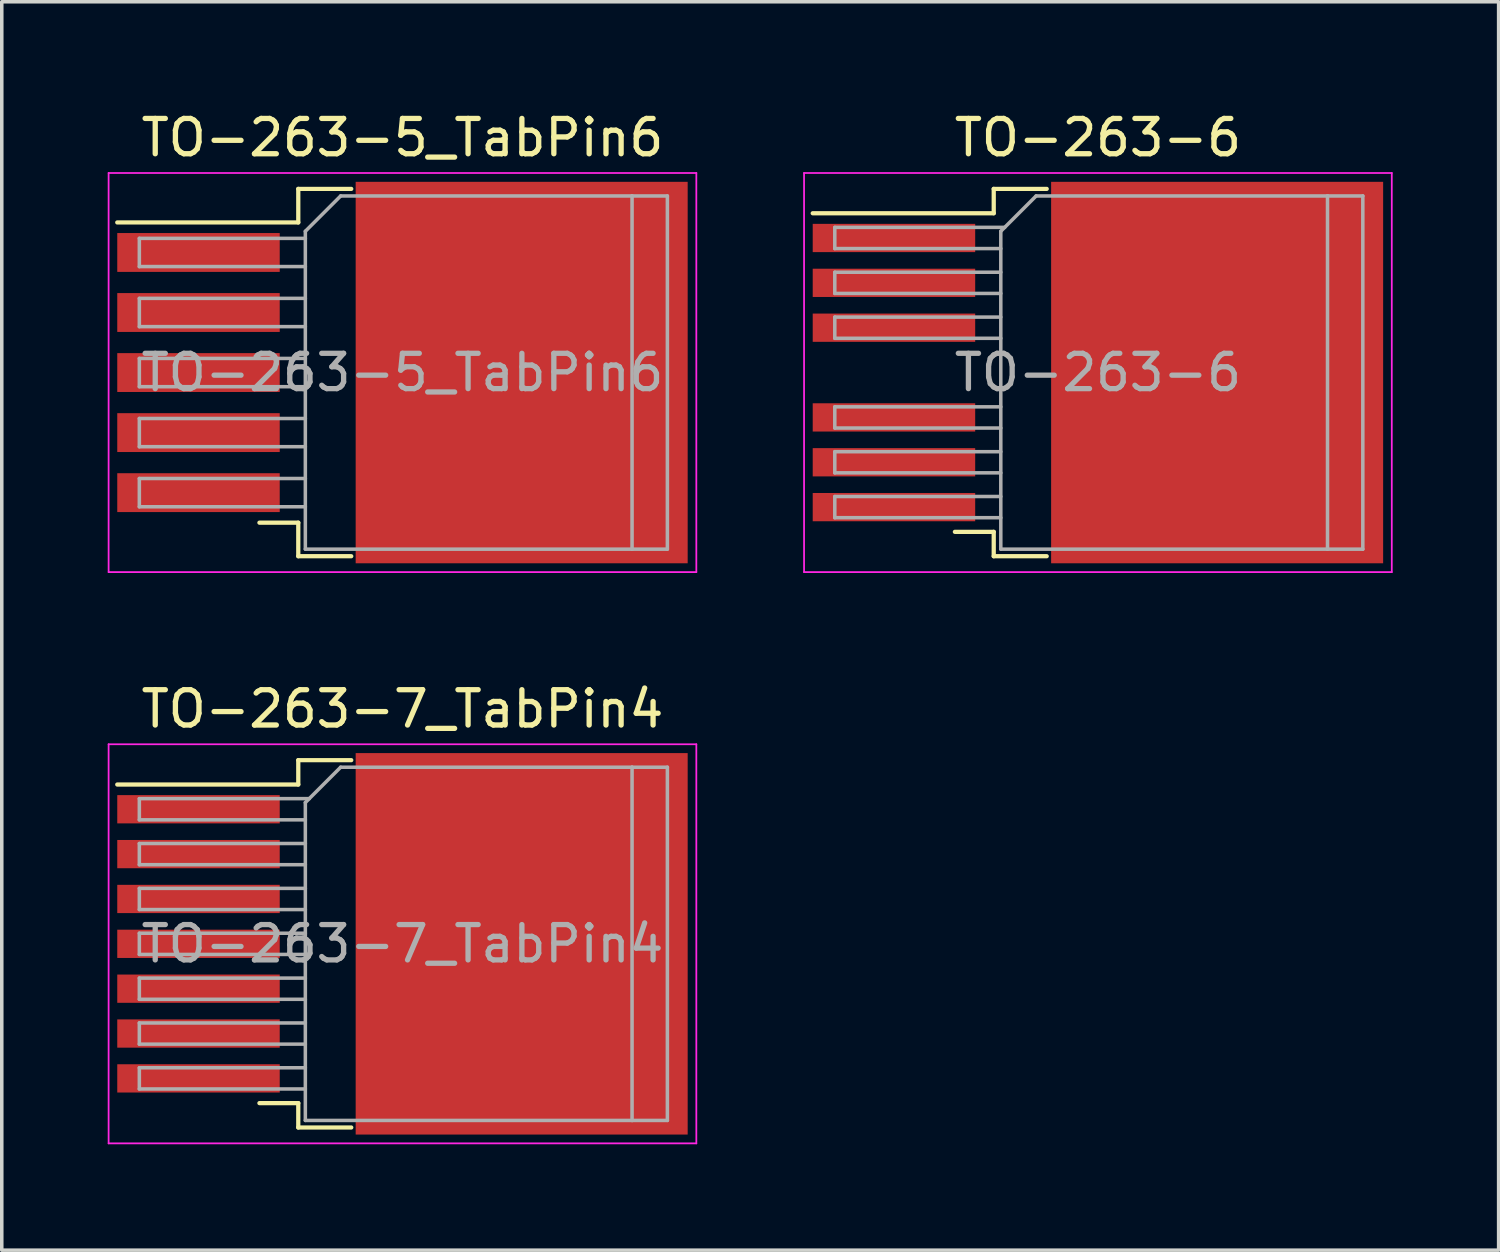
<source format=kicad_pcb>
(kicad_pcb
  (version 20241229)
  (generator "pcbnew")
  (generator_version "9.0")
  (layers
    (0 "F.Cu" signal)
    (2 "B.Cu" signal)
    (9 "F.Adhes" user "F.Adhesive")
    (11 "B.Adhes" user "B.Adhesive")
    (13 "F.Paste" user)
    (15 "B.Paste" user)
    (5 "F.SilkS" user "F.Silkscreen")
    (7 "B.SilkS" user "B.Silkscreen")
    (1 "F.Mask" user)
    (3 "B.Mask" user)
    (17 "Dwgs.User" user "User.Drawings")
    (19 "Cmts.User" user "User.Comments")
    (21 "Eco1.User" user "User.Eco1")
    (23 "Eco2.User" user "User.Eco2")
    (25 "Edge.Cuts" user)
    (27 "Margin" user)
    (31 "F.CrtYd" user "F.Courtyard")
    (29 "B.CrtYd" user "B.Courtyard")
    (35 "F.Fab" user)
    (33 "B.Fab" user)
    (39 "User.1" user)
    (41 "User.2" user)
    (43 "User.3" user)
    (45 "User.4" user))
  (footprint "TO-263-6"
    (layer "F.Cu")
    (at 28.035 7.498)
    (property "Reference" "TO-263-6" (at 0 -6.65 0) (layer "F.SilkS") (effects (font (size 1 1) (thickness 0.15))))
    (attr smd)
    (fp_line (start -2.95 -5.2) (end -2.95 -4.51) (stroke (width 0.12) (type solid)) (layer "F.SilkS"))
    (fp_line (start -2.95 -4.51) (end -8.075 -4.51) (stroke (width 0.12) (type solid)) (layer "F.SilkS"))
    (fp_line (start -2.95 4.51) (end -4.05 4.51) (stroke (width 0.12) (type solid)) (layer "F.SilkS"))
    (fp_line (start -2.95 5.2) (end -2.95 4.51) (stroke (width 0.12) (type solid)) (layer "F.SilkS"))
    (fp_line (start -1.45 -5.2) (end -2.95 -5.2) (stroke (width 0.12) (type solid)) (layer "F.SilkS"))
    (fp_line (start -1.45 5.2) (end -2.95 5.2) (stroke (width 0.12) (type solid)) (layer "F.SilkS"))
    (fp_line (start -8.32 -5.65) (end -8.32 5.65) (stroke (width 0.05) (type solid)) (layer "F.CrtYd"))
    (fp_line (start -8.32 5.65) (end 8.32 5.65) (stroke (width 0.05) (type solid)) (layer "F.CrtYd"))
    (fp_line (start 8.32 -5.65) (end -8.32 -5.65) (stroke (width 0.05) (type solid)) (layer "F.CrtYd"))
    (fp_line (start 8.32 5.65) (end 8.32 -5.65) (stroke (width 0.05) (type solid)) (layer "F.CrtYd"))
    (fp_line (start -7.45 -4.11) (end -7.45 -3.51) (stroke (width 0.1) (type solid)) (layer "F.Fab"))
    (fp_line (start -7.45 -3.51) (end -2.75 -3.51) (stroke (width 0.1) (type solid)) (layer "F.Fab"))
    (fp_line (start -7.45 -2.84) (end -7.45 -2.24) (stroke (width 0.1) (type solid)) (layer "F.Fab"))
    (fp_line (start -7.45 -2.24) (end -2.75 -2.24) (stroke (width 0.1) (type solid)) (layer "F.Fab"))
    (fp_line (start -7.45 -1.57) (end -7.45 -0.97) (stroke (width 0.1) (type solid)) (layer "F.Fab"))
    (fp_line (start -7.45 -0.97) (end -2.75 -0.97) (stroke (width 0.1) (type solid)) (layer "F.Fab"))
    (fp_line (start -7.45 0.97) (end -7.45 1.57) (stroke (width 0.1) (type solid)) (layer "F.Fab"))
    (fp_line (start -7.45 1.57) (end -2.75 1.57) (stroke (width 0.1) (type solid)) (layer "F.Fab"))
    (fp_line (start -7.45 2.24) (end -7.45 2.84) (stroke (width 0.1) (type solid)) (layer "F.Fab"))
    (fp_line (start -7.45 2.84) (end -2.75 2.84) (stroke (width 0.1) (type solid)) (layer "F.Fab"))
    (fp_line (start -7.45 3.51) (end -7.45 4.11) (stroke (width 0.1) (type solid)) (layer "F.Fab"))
    (fp_line (start -7.45 4.11) (end -2.75 4.11) (stroke (width 0.1) (type solid)) (layer "F.Fab"))
    (fp_line (start -2.75 -4) (end -1.75 -5) (stroke (width 0.1) (type solid)) (layer "F.Fab"))
    (fp_line (start -2.75 -2.84) (end -7.45 -2.84) (stroke (width 0.1) (type solid)) (layer "F.Fab"))
    (fp_line (start -2.75 -1.57) (end -7.45 -1.57) (stroke (width 0.1) (type solid)) (layer "F.Fab"))
    (fp_line (start -2.75 0.97) (end -7.45 0.97) (stroke (width 0.1) (type solid)) (layer "F.Fab"))
    (fp_line (start -2.75 2.24) (end -7.45 2.24) (stroke (width 0.1) (type solid)) (layer "F.Fab"))
    (fp_line (start -2.75 3.51) (end -7.45 3.51) (stroke (width 0.1) (type solid)) (layer "F.Fab"))
    (fp_line (start -2.75 5) (end -2.75 -4) (stroke (width 0.1) (type solid)) (layer "F.Fab"))
    (fp_line (start -2.64 -4.11) (end -7.45 -4.11) (stroke (width 0.1) (type solid)) (layer "F.Fab"))
    (fp_line (start -1.75 -5) (end 6.5 -5) (stroke (width 0.1) (type solid)) (layer "F.Fab"))
    (fp_line (start 6.5 -5) (end 6.5 5) (stroke (width 0.1) (type solid)) (layer "F.Fab"))
    (fp_line (start 6.5 -5) (end 7.5 -5) (stroke (width 0.1) (type solid)) (layer "F.Fab"))
    (fp_line (start 6.5 5) (end -2.75 5) (stroke (width 0.1) (type solid)) (layer "F.Fab"))
    (fp_line (start 7.5 -5) (end 7.5 5) (stroke (width 0.1) (type solid)) (layer "F.Fab"))
    (fp_line (start 7.5 5) (end 6.5 5) (stroke (width 0.1) (type solid)) (layer "F.Fab"))
    (fp_text user "${REFERENCE}" (at 0 0 0) (layer "F.Fab") (effects (font (size 1 1) (thickness 0.15))))
    (pad "" smd rect (at 0.95 -2.775) (size 4.55 5.25) (layers "F.Paste"))
    (pad "" smd rect (at 0.95 2.775) (size 4.55 5.25) (layers "F.Paste"))
    (pad "" smd rect (at 5.8 -2.775) (size 4.55 5.25) (layers "F.Paste"))
    (pad "" smd rect (at 5.8 2.775) (size 4.55 5.25) (layers "F.Paste"))
    (pad "1" smd rect (at -5.775 -3.81) (size 4.6 0.8) (layers "F.Cu" "F.Mask" "F.Paste"))
    (pad "2" smd rect (at -5.775 -2.54) (size 4.6 0.8) (layers "F.Cu" "F.Mask" "F.Paste"))
    (pad "3" smd rect (at -5.775 -1.27) (size 4.6 0.8) (layers "F.Cu" "F.Mask" "F.Paste"))
    (pad "4" smd rect (at 3.375 0) (size 9.4 10.8) (layers "F.Cu" "F.Mask"))
    (pad "5" smd rect (at -5.775 1.27) (size 4.6 0.8) (layers "F.Cu" "F.Mask" "F.Paste"))
    (pad "6" smd rect (at -5.775 2.54) (size 4.6 0.8) (layers "F.Cu" "F.Mask" "F.Paste"))
    (pad "7" smd rect (at -5.775 3.81) (size 4.6 0.8) (layers "F.Cu" "F.Mask" "F.Paste")))
  (footprint "TO-263-5_TabPin6"
    (layer "F.Cu")
    (at 8.345 7.498)
    (property "Reference" "TO-263-5_TabPin6" (at 0 -6.65 0) (layer "F.SilkS") (effects (font (size 1 1) (thickness 0.15))))
    (attr smd)
    (fp_line (start -2.95 -5.2) (end -2.95 -4.25) (stroke (width 0.12) (type solid)) (layer "F.SilkS"))
    (fp_line (start -2.95 -4.25) (end -8.075 -4.25) (stroke (width 0.12) (type solid)) (layer "F.SilkS"))
    (fp_line (start -2.95 4.25) (end -4.05 4.25) (stroke (width 0.12) (type solid)) (layer "F.SilkS"))
    (fp_line (start -2.95 5.2) (end -2.95 4.25) (stroke (width 0.12) (type solid)) (layer "F.SilkS"))
    (fp_line (start -1.45 -5.2) (end -2.95 -5.2) (stroke (width 0.12) (type solid)) (layer "F.SilkS"))
    (fp_line (start -1.45 5.2) (end -2.95 5.2) (stroke (width 0.12) (type solid)) (layer "F.SilkS"))
    (fp_line (start -8.32 -5.65) (end -8.32 5.65) (stroke (width 0.05) (type solid)) (layer "F.CrtYd"))
    (fp_line (start -8.32 5.65) (end 8.32 5.65) (stroke (width 0.05) (type solid)) (layer "F.CrtYd"))
    (fp_line (start 8.32 -5.65) (end -8.32 -5.65) (stroke (width 0.05) (type solid)) (layer "F.CrtYd"))
    (fp_line (start 8.32 5.65) (end 8.32 -5.65) (stroke (width 0.05) (type solid)) (layer "F.CrtYd"))
    (fp_line (start -7.45 -3.8) (end -7.45 -3) (stroke (width 0.1) (type solid)) (layer "F.Fab"))
    (fp_line (start -7.45 -3) (end -2.75 -3) (stroke (width 0.1) (type solid)) (layer "F.Fab"))
    (fp_line (start -7.45 -2.1) (end -7.45 -1.3) (stroke (width 0.1) (type solid)) (layer "F.Fab"))
    (fp_line (start -7.45 -1.3) (end -2.75 -1.3) (stroke (width 0.1) (type solid)) (layer "F.Fab"))
    (fp_line (start -7.45 -0.4) (end -7.45 0.4) (stroke (width 0.1) (type solid)) (layer "F.Fab"))
    (fp_line (start -7.45 0.4) (end -2.75 0.4) (stroke (width 0.1) (type solid)) (layer "F.Fab"))
    (fp_line (start -7.45 1.3) (end -7.45 2.1) (stroke (width 0.1) (type solid)) (layer "F.Fab"))
    (fp_line (start -7.45 2.1) (end -2.75 2.1) (stroke (width 0.1) (type solid)) (layer "F.Fab"))
    (fp_line (start -7.45 3) (end -7.45 3.8) (stroke (width 0.1) (type solid)) (layer "F.Fab"))
    (fp_line (start -7.45 3.8) (end -2.75 3.8) (stroke (width 0.1) (type solid)) (layer "F.Fab"))
    (fp_line (start -2.75 -4) (end -1.75 -5) (stroke (width 0.1) (type solid)) (layer "F.Fab"))
    (fp_line (start -2.75 -3.8) (end -7.45 -3.8) (stroke (width 0.1) (type solid)) (layer "F.Fab"))
    (fp_line (start -2.75 -2.1) (end -7.45 -2.1) (stroke (width 0.1) (type solid)) (layer "F.Fab"))
    (fp_line (start -2.75 -0.4) (end -7.45 -0.4) (stroke (width 0.1) (type solid)) (layer "F.Fab"))
    (fp_line (start -2.75 1.3) (end -7.45 1.3) (stroke (width 0.1) (type solid)) (layer "F.Fab"))
    (fp_line (start -2.75 3) (end -7.45 3) (stroke (width 0.1) (type solid)) (layer "F.Fab"))
    (fp_line (start -2.75 5) (end -2.75 -4) (stroke (width 0.1) (type solid)) (layer "F.Fab"))
    (fp_line (start -1.75 -5) (end 6.5 -5) (stroke (width 0.1) (type solid)) (layer "F.Fab"))
    (fp_line (start 6.5 -5) (end 6.5 5) (stroke (width 0.1) (type solid)) (layer "F.Fab"))
    (fp_line (start 6.5 -5) (end 7.5 -5) (stroke (width 0.1) (type solid)) (layer "F.Fab"))
    (fp_line (start 6.5 5) (end -2.75 5) (stroke (width 0.1) (type solid)) (layer "F.Fab"))
    (fp_line (start 7.5 -5) (end 7.5 5) (stroke (width 0.1) (type solid)) (layer "F.Fab"))
    (fp_line (start 7.5 5) (end 6.5 5) (stroke (width 0.1) (type solid)) (layer "F.Fab"))
    (fp_text user "${REFERENCE}" (at 0 0 0) (layer "F.Fab") (effects (font (size 1 1) (thickness 0.15))))
    (pad "" smd rect (at 0.95 -2.775) (size 4.55 5.25) (layers "F.Paste"))
    (pad "" smd rect (at 0.95 2.775) (size 4.55 5.25) (layers "F.Paste"))
    (pad "" smd rect (at 5.8 -2.775) (size 4.55 5.25) (layers "F.Paste"))
    (pad "" smd rect (at 5.8 2.775) (size 4.55 5.25) (layers "F.Paste"))
    (pad "1" smd rect (at -5.775 -3.4) (size 4.6 1.1) (layers "F.Cu" "F.Mask" "F.Paste"))
    (pad "2" smd rect (at -5.775 -1.7) (size 4.6 1.1) (layers "F.Cu" "F.Mask" "F.Paste"))
    (pad "3" smd rect (at -5.775 0) (size 4.6 1.1) (layers "F.Cu" "F.Mask" "F.Paste"))
    (pad "4" smd rect (at -5.775 1.7) (size 4.6 1.1) (layers "F.Cu" "F.Mask" "F.Paste"))
    (pad "5" smd rect (at -5.775 3.4) (size 4.6 1.1) (layers "F.Cu" "F.Mask" "F.Paste"))
    (pad "6" smd rect (at 3.375 0) (size 9.4 10.8) (layers "F.Cu" "F.Mask")))
  (footprint "TO-263-7_TabPin4"
    (layer "F.Cu")
    (at 8.345 23.672)
    (property "Reference" "TO-263-7_TabPin4" (at 0 -6.65 0) (layer "F.SilkS") (effects (font (size 1 1) (thickness 0.15))))
    (attr smd)
    (fp_line (start -2.95 -5.2) (end -2.95 -4.51) (stroke (width 0.12) (type solid)) (layer "F.SilkS"))
    (fp_line (start -2.95 -4.51) (end -8.075 -4.51) (stroke (width 0.12) (type solid)) (layer "F.SilkS"))
    (fp_line (start -2.95 4.51) (end -4.05 4.51) (stroke (width 0.12) (type solid)) (layer "F.SilkS"))
    (fp_line (start -2.95 5.2) (end -2.95 4.51) (stroke (width 0.12) (type solid)) (layer "F.SilkS"))
    (fp_line (start -1.45 -5.2) (end -2.95 -5.2) (stroke (width 0.12) (type solid)) (layer "F.SilkS"))
    (fp_line (start -1.45 5.2) (end -2.95 5.2) (stroke (width 0.12) (type solid)) (layer "F.SilkS"))
    (fp_line (start -8.32 -5.65) (end -8.32 5.65) (stroke (width 0.05) (type solid)) (layer "F.CrtYd"))
    (fp_line (start -8.32 5.65) (end 8.32 5.65) (stroke (width 0.05) (type solid)) (layer "F.CrtYd"))
    (fp_line (start 8.32 -5.65) (end -8.32 -5.65) (stroke (width 0.05) (type solid)) (layer "F.CrtYd"))
    (fp_line (start 8.32 5.65) (end 8.32 -5.65) (stroke (width 0.05) (type solid)) (layer "F.CrtYd"))
    (fp_line (start -7.45 -4.11) (end -7.45 -3.51) (stroke (width 0.1) (type solid)) (layer "F.Fab"))
    (fp_line (start -7.45 -3.51) (end -2.75 -3.51) (stroke (width 0.1) (type solid)) (layer "F.Fab"))
    (fp_line (start -7.45 -2.84) (end -7.45 -2.24) (stroke (width 0.1) (type solid)) (layer "F.Fab"))
    (fp_line (start -7.45 -2.24) (end -2.75 -2.24) (stroke (width 0.1) (type solid)) (layer "F.Fab"))
    (fp_line (start -7.45 -1.57) (end -7.45 -0.97) (stroke (width 0.1) (type solid)) (layer "F.Fab"))
    (fp_line (start -7.45 -0.97) (end -2.75 -0.97) (stroke (width 0.1) (type solid)) (layer "F.Fab"))
    (fp_line (start -7.45 -0.3) (end -7.45 0.3) (stroke (width 0.1) (type solid)) (layer "F.Fab"))
    (fp_line (start -7.45 0.3) (end -2.75 0.3) (stroke (width 0.1) (type solid)) (layer "F.Fab"))
    (fp_line (start -7.45 0.97) (end -7.45 1.57) (stroke (width 0.1) (type solid)) (layer "F.Fab"))
    (fp_line (start -7.45 1.57) (end -2.75 1.57) (stroke (width 0.1) (type solid)) (layer "F.Fab"))
    (fp_line (start -7.45 2.24) (end -7.45 2.84) (stroke (width 0.1) (type solid)) (layer "F.Fab"))
    (fp_line (start -7.45 2.84) (end -2.75 2.84) (stroke (width 0.1) (type solid)) (layer "F.Fab"))
    (fp_line (start -7.45 3.51) (end -7.45 4.11) (stroke (width 0.1) (type solid)) (layer "F.Fab"))
    (fp_line (start -7.45 4.11) (end -2.75 4.11) (stroke (width 0.1) (type solid)) (layer "F.Fab"))
    (fp_line (start -2.75 -4) (end -1.75 -5) (stroke (width 0.1) (type solid)) (layer "F.Fab"))
    (fp_line (start -2.75 -2.84) (end -7.45 -2.84) (stroke (width 0.1) (type solid)) (layer "F.Fab"))
    (fp_line (start -2.75 -1.57) (end -7.45 -1.57) (stroke (width 0.1) (type solid)) (layer "F.Fab"))
    (fp_line (start -2.75 -0.3) (end -7.45 -0.3) (stroke (width 0.1) (type solid)) (layer "F.Fab"))
    (fp_line (start -2.75 0.97) (end -7.45 0.97) (stroke (width 0.1) (type solid)) (layer "F.Fab"))
    (fp_line (start -2.75 2.24) (end -7.45 2.24) (stroke (width 0.1) (type solid)) (layer "F.Fab"))
    (fp_line (start -2.75 3.51) (end -7.45 3.51) (stroke (width 0.1) (type solid)) (layer "F.Fab"))
    (fp_line (start -2.75 5) (end -2.75 -4) (stroke (width 0.1) (type solid)) (layer "F.Fab"))
    (fp_line (start -2.64 -4.11) (end -7.45 -4.11) (stroke (width 0.1) (type solid)) (layer "F.Fab"))
    (fp_line (start -1.75 -5) (end 6.5 -5) (stroke (width 0.1) (type solid)) (layer "F.Fab"))
    (fp_line (start 6.5 -5) (end 6.5 5) (stroke (width 0.1) (type solid)) (layer "F.Fab"))
    (fp_line (start 6.5 -5) (end 7.5 -5) (stroke (width 0.1) (type solid)) (layer "F.Fab"))
    (fp_line (start 6.5 5) (end -2.75 5) (stroke (width 0.1) (type solid)) (layer "F.Fab"))
    (fp_line (start 7.5 -5) (end 7.5 5) (stroke (width 0.1) (type solid)) (layer "F.Fab"))
    (fp_line (start 7.5 5) (end 6.5 5) (stroke (width 0.1) (type solid)) (layer "F.Fab"))
    (fp_text user "${REFERENCE}" (at 0 0 0) (layer "F.Fab") (effects (font (size 1 1) (thickness 0.15))))
    (pad "" smd rect (at 0.95 -2.775) (size 4.55 5.25) (layers "F.Paste"))
    (pad "" smd rect (at 0.95 2.775) (size 4.55 5.25) (layers "F.Paste"))
    (pad "" smd rect (at 5.8 -2.775) (size 4.55 5.25) (layers "F.Paste"))
    (pad "" smd rect (at 5.8 2.775) (size 4.55 5.25) (layers "F.Paste"))
    (pad "1" smd rect (at -5.775 -3.81) (size 4.6 0.8) (layers "F.Cu" "F.Mask" "F.Paste"))
    (pad "2" smd rect (at -5.775 -2.54) (size 4.6 0.8) (layers "F.Cu" "F.Mask" "F.Paste"))
    (pad "3" smd rect (at -5.775 -1.27) (size 4.6 0.8) (layers "F.Cu" "F.Mask" "F.Paste"))
    (pad "4" smd rect (at -5.775 0) (size 4.6 0.8) (layers "F.Cu" "F.Mask" "F.Paste"))
    (pad "4" smd rect (at 3.375 0) (size 9.4 10.8) (layers "F.Cu" "F.Mask"))
    (pad "5" smd rect (at -5.775 1.27) (size 4.6 0.8) (layers "F.Cu" "F.Mask" "F.Paste"))
    (pad "6" smd rect (at -5.775 2.54) (size 4.6 0.8) (layers "F.Cu" "F.Mask" "F.Paste"))
    (pad "7" smd rect (at -5.775 3.81) (size 4.6 0.8) (layers "F.Cu" "F.Mask" "F.Paste")))
  (gr_rect
    (start -3 -3)
    (end 39.38 32.346)
    (stroke (width 0.1) (type default))
    (fill no)
    (layer "Edge.Cuts")))
</source>
